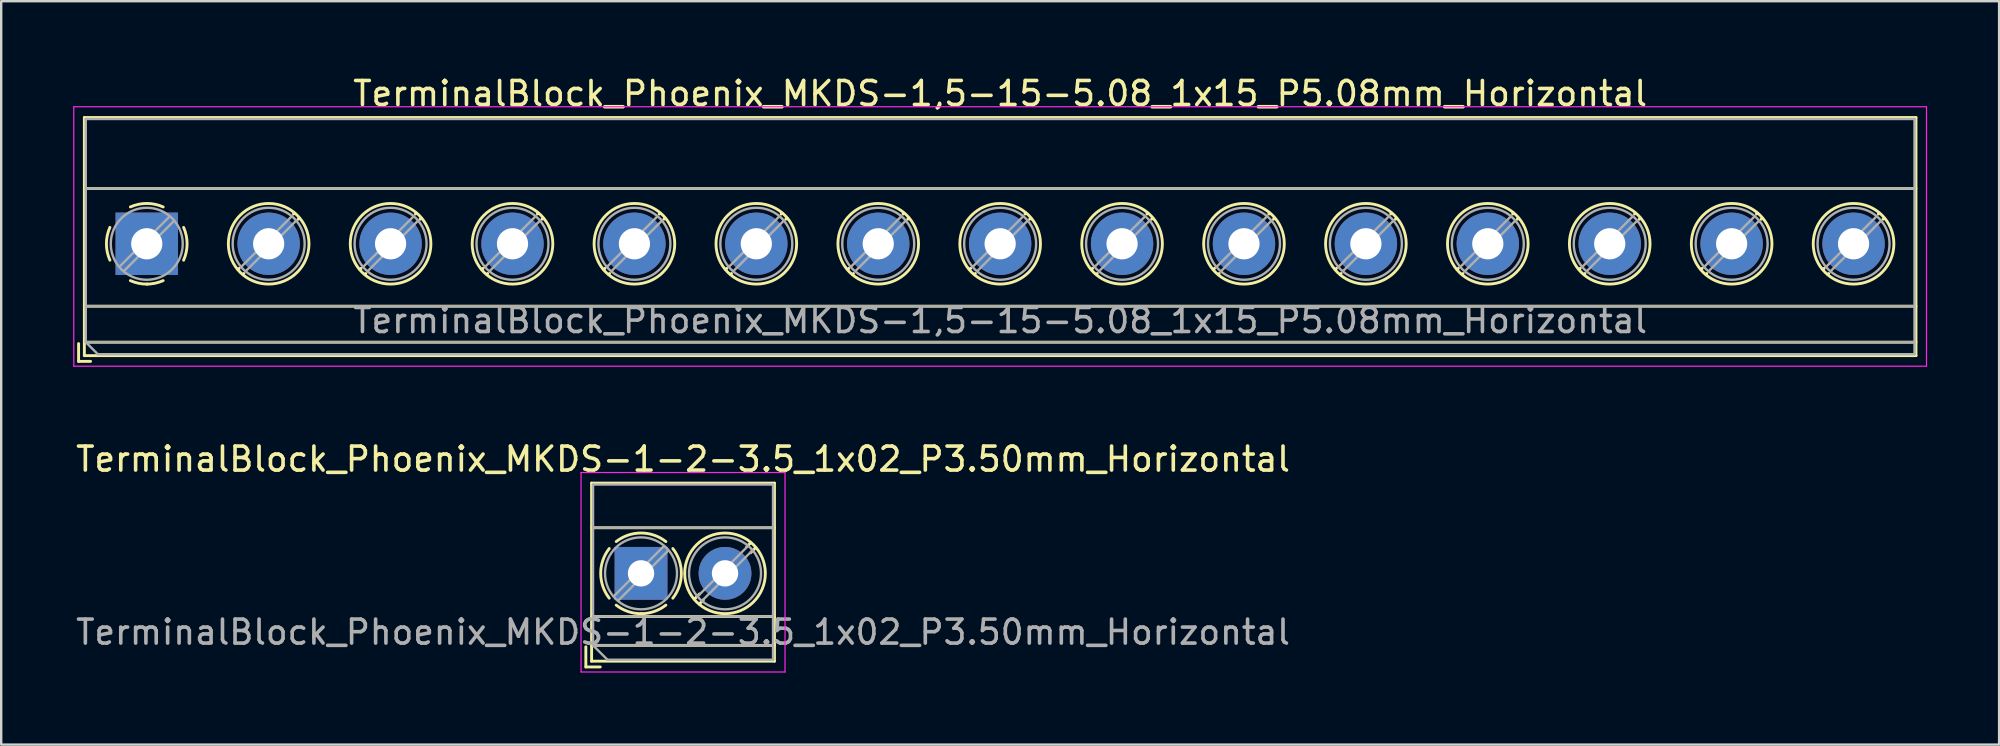
<source format=kicad_pcb>
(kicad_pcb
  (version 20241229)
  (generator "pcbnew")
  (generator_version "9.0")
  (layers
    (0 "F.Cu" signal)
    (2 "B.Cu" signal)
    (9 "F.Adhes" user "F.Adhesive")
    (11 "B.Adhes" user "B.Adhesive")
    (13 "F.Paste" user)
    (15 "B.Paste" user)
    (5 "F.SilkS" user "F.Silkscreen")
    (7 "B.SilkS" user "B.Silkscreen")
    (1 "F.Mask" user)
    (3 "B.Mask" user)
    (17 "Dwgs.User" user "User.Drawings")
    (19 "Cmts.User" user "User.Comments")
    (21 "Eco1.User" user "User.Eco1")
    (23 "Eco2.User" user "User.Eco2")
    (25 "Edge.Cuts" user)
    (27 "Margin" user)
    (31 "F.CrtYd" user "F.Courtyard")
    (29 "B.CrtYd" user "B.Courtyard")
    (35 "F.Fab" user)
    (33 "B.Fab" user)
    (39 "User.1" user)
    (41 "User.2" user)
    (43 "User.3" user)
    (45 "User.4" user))
  (footprint "TerminalBlock_Phoenix_MKDS-1,5-15-5.08_1x15_P5.08mm_Horizontal"
    (layer "F.Cu")
    (at 3.065 7.108)
    (property "Reference" "TerminalBlock_Phoenix_MKDS-1,5-15-5.08_1x15_P5.08mm_Horizontal" (at 35.56 -6.26 0) (layer "F.SilkS") (effects (font (size 1 1) (thickness 0.15))))
    (attr through_hole)
    (fp_line (start -2.84 4.16) (end -2.84 4.9) (stroke (width 0.12) (type solid)) (layer "F.SilkS"))
    (fp_line (start -2.84 4.9) (end -2.34 4.9) (stroke (width 0.12) (type solid)) (layer "F.SilkS"))
    (fp_line (start -2.6 -5.261) (end -2.6 4.66) (stroke (width 0.12) (type solid)) (layer "F.SilkS"))
    (fp_line (start -2.6 -5.261) (end 73.721 -5.261) (stroke (width 0.12) (type solid)) (layer "F.SilkS"))
    (fp_line (start -2.6 -2.301) (end 73.721 -2.301) (stroke (width 0.12) (type solid)) (layer "F.SilkS"))
    (fp_line (start -2.6 2.6) (end 73.721 2.6) (stroke (width 0.12) (type solid)) (layer "F.SilkS"))
    (fp_line (start -2.6 4.1) (end 73.721 4.1) (stroke (width 0.12) (type solid)) (layer "F.SilkS"))
    (fp_line (start -2.6 4.66) (end 73.721 4.66) (stroke (width 0.12) (type solid)) (layer "F.SilkS"))
    (fp_line (start 3.853 1.023) (end 3.806 1.069) (stroke (width 0.12) (type solid)) (layer "F.SilkS"))
    (fp_line (start 4.046 1.239) (end 4.011 1.274) (stroke (width 0.12) (type solid)) (layer "F.SilkS"))
    (fp_line (start 6.15 -1.275) (end 6.115 -1.239) (stroke (width 0.12) (type solid)) (layer "F.SilkS"))
    (fp_line (start 6.355 -1.069) (end 6.308 -1.023) (stroke (width 0.12) (type solid)) (layer "F.SilkS"))
    (fp_line (start 8.933 1.023) (end 8.886 1.069) (stroke (width 0.12) (type solid)) (layer "F.SilkS"))
    (fp_line (start 9.126 1.239) (end 9.091 1.274) (stroke (width 0.12) (type solid)) (layer "F.SilkS"))
    (fp_line (start 11.23 -1.275) (end 11.195 -1.239) (stroke (width 0.12) (type solid)) (layer "F.SilkS"))
    (fp_line (start 11.435 -1.069) (end 11.388 -1.023) (stroke (width 0.12) (type solid)) (layer "F.SilkS"))
    (fp_line (start 14.013 1.023) (end 13.966 1.069) (stroke (width 0.12) (type solid)) (layer "F.SilkS"))
    (fp_line (start 14.206 1.239) (end 14.171 1.274) (stroke (width 0.12) (type solid)) (layer "F.SilkS"))
    (fp_line (start 16.31 -1.275) (end 16.275 -1.239) (stroke (width 0.12) (type solid)) (layer "F.SilkS"))
    (fp_line (start 16.515 -1.069) (end 16.468 -1.023) (stroke (width 0.12) (type solid)) (layer "F.SilkS"))
    (fp_line (start 19.093 1.023) (end 19.046 1.069) (stroke (width 0.12) (type solid)) (layer "F.SilkS"))
    (fp_line (start 19.286 1.239) (end 19.251 1.274) (stroke (width 0.12) (type solid)) (layer "F.SilkS"))
    (fp_line (start 21.39 -1.275) (end 21.355 -1.239) (stroke (width 0.12) (type solid)) (layer "F.SilkS"))
    (fp_line (start 21.595 -1.069) (end 21.548 -1.023) (stroke (width 0.12) (type solid)) (layer "F.SilkS"))
    (fp_line (start 24.173 1.023) (end 24.126 1.069) (stroke (width 0.12) (type solid)) (layer "F.SilkS"))
    (fp_line (start 24.366 1.239) (end 24.331 1.274) (stroke (width 0.12) (type solid)) (layer "F.SilkS"))
    (fp_line (start 26.47 -1.275) (end 26.435 -1.239) (stroke (width 0.12) (type solid)) (layer "F.SilkS"))
    (fp_line (start 26.675 -1.069) (end 26.628 -1.023) (stroke (width 0.12) (type solid)) (layer "F.SilkS"))
    (fp_line (start 29.253 1.023) (end 29.206 1.069) (stroke (width 0.12) (type solid)) (layer "F.SilkS"))
    (fp_line (start 29.446 1.239) (end 29.411 1.274) (stroke (width 0.12) (type solid)) (layer "F.SilkS"))
    (fp_line (start 31.55 -1.275) (end 31.515 -1.239) (stroke (width 0.12) (type solid)) (layer "F.SilkS"))
    (fp_line (start 31.755 -1.069) (end 31.708 -1.023) (stroke (width 0.12) (type solid)) (layer "F.SilkS"))
    (fp_line (start 34.333 1.023) (end 34.286 1.069) (stroke (width 0.12) (type solid)) (layer "F.SilkS"))
    (fp_line (start 34.526 1.239) (end 34.491 1.274) (stroke (width 0.12) (type solid)) (layer "F.SilkS"))
    (fp_line (start 36.63 -1.275) (end 36.595 -1.239) (stroke (width 0.12) (type solid)) (layer "F.SilkS"))
    (fp_line (start 36.835 -1.069) (end 36.788 -1.023) (stroke (width 0.12) (type solid)) (layer "F.SilkS"))
    (fp_line (start 39.413 1.023) (end 39.366 1.069) (stroke (width 0.12) (type solid)) (layer "F.SilkS"))
    (fp_line (start 39.606 1.239) (end 39.571 1.274) (stroke (width 0.12) (type solid)) (layer "F.SilkS"))
    (fp_line (start 41.71 -1.275) (end 41.675 -1.239) (stroke (width 0.12) (type solid)) (layer "F.SilkS"))
    (fp_line (start 41.915 -1.069) (end 41.868 -1.023) (stroke (width 0.12) (type solid)) (layer "F.SilkS"))
    (fp_line (start 44.493 1.023) (end 44.446 1.069) (stroke (width 0.12) (type solid)) (layer "F.SilkS"))
    (fp_line (start 44.686 1.239) (end 44.651 1.274) (stroke (width 0.12) (type solid)) (layer "F.SilkS"))
    (fp_line (start 46.79 -1.275) (end 46.755 -1.239) (stroke (width 0.12) (type solid)) (layer "F.SilkS"))
    (fp_line (start 46.995 -1.069) (end 46.948 -1.023) (stroke (width 0.12) (type solid)) (layer "F.SilkS"))
    (fp_line (start 49.573 1.023) (end 49.526 1.069) (stroke (width 0.12) (type solid)) (layer "F.SilkS"))
    (fp_line (start 49.766 1.239) (end 49.731 1.274) (stroke (width 0.12) (type solid)) (layer "F.SilkS"))
    (fp_line (start 51.87 -1.275) (end 51.835 -1.239) (stroke (width 0.12) (type solid)) (layer "F.SilkS"))
    (fp_line (start 52.075 -1.069) (end 52.028 -1.023) (stroke (width 0.12) (type solid)) (layer "F.SilkS"))
    (fp_line (start 54.653 1.023) (end 54.606 1.069) (stroke (width 0.12) (type solid)) (layer "F.SilkS"))
    (fp_line (start 54.846 1.239) (end 54.811 1.274) (stroke (width 0.12) (type solid)) (layer "F.SilkS"))
    (fp_line (start 56.95 -1.275) (end 56.915 -1.239) (stroke (width 0.12) (type solid)) (layer "F.SilkS"))
    (fp_line (start 57.155 -1.069) (end 57.108 -1.023) (stroke (width 0.12) (type solid)) (layer "F.SilkS"))
    (fp_line (start 59.733 1.023) (end 59.686 1.069) (stroke (width 0.12) (type solid)) (layer "F.SilkS"))
    (fp_line (start 59.926 1.239) (end 59.891 1.274) (stroke (width 0.12) (type solid)) (layer "F.SilkS"))
    (fp_line (start 62.03 -1.275) (end 61.995 -1.239) (stroke (width 0.12) (type solid)) (layer "F.SilkS"))
    (fp_line (start 62.235 -1.069) (end 62.188 -1.023) (stroke (width 0.12) (type solid)) (layer "F.SilkS"))
    (fp_line (start 64.813 1.023) (end 64.766 1.069) (stroke (width 0.12) (type solid)) (layer "F.SilkS"))
    (fp_line (start 65.006 1.239) (end 64.971 1.274) (stroke (width 0.12) (type solid)) (layer "F.SilkS"))
    (fp_line (start 67.11 -1.275) (end 67.075 -1.239) (stroke (width 0.12) (type solid)) (layer "F.SilkS"))
    (fp_line (start 67.315 -1.069) (end 67.268 -1.023) (stroke (width 0.12) (type solid)) (layer "F.SilkS"))
    (fp_line (start 69.893 1.023) (end 69.846 1.069) (stroke (width 0.12) (type solid)) (layer "F.SilkS"))
    (fp_line (start 70.086 1.239) (end 70.051 1.274) (stroke (width 0.12) (type solid)) (layer "F.SilkS"))
    (fp_line (start 72.19 -1.275) (end 72.155 -1.239) (stroke (width 0.12) (type solid)) (layer "F.SilkS"))
    (fp_line (start 72.395 -1.069) (end 72.348 -1.023) (stroke (width 0.12) (type solid)) (layer "F.SilkS"))
    (fp_line (start 73.721 -5.261) (end 73.721 4.66) (stroke (width 0.12) (type solid)) (layer "F.SilkS"))
    (fp_arc (start -1.535427 0.683042) (mid -1.680501 -0.000524) (end -1.535 -0.684) (stroke (width 0.12) (type solid)) (layer "F.SilkS"))
    (fp_arc (start -0.683042 -1.535427) (mid 0.000524 -1.680501) (end 0.684 -1.535) (stroke (width 0.12) (type solid)) (layer "F.SilkS"))
    (fp_arc (start 0.028805 1.680253) (mid -0.335551 1.646659) (end -0.684 1.535) (stroke (width 0.12) (type solid)) (layer "F.SilkS"))
    (fp_arc (start 0.683318 1.534756) (mid 0.349292 1.643288) (end 0 1.68) (stroke (width 0.12) (type solid)) (layer "F.SilkS"))
    (fp_arc (start 1.535427 -0.683042) (mid 1.680501 0.000524) (end 1.535 0.684) (stroke (width 0.12) (type solid)) (layer "F.SilkS"))
    (fp_circle (center 5.08 0) (end 6.76 0) (stroke (width 0.12) (type solid)) (fill no) (layer "F.SilkS"))
    (fp_circle (center 10.16 0) (end 11.84 0) (stroke (width 0.12) (type solid)) (fill no) (layer "F.SilkS"))
    (fp_circle (center 15.24 0) (end 16.92 0) (stroke (width 0.12) (type solid)) (fill no) (layer "F.SilkS"))
    (fp_circle (center 20.32 0) (end 22 0) (stroke (width 0.12) (type solid)) (fill no) (layer "F.SilkS"))
    (fp_circle (center 25.4 0) (end 27.08 0) (stroke (width 0.12) (type solid)) (fill no) (layer "F.SilkS"))
    (fp_circle (center 30.48 0) (end 32.16 0) (stroke (width 0.12) (type solid)) (fill no) (layer "F.SilkS"))
    (fp_circle (center 35.56 0) (end 37.24 0) (stroke (width 0.12) (type solid)) (fill no) (layer "F.SilkS"))
    (fp_circle (center 40.64 0) (end 42.32 0) (stroke (width 0.12) (type solid)) (fill no) (layer "F.SilkS"))
    (fp_circle (center 45.72 0) (end 47.4 0) (stroke (width 0.12) (type solid)) (fill no) (layer "F.SilkS"))
    (fp_circle (center 50.8 0) (end 52.48 0) (stroke (width 0.12) (type solid)) (fill no) (layer "F.SilkS"))
    (fp_circle (center 55.88 0) (end 57.56 0) (stroke (width 0.12) (type solid)) (fill no) (layer "F.SilkS"))
    (fp_circle (center 60.96 0) (end 62.64 0) (stroke (width 0.12) (type solid)) (fill no) (layer "F.SilkS"))
    (fp_circle (center 66.04 0) (end 67.72 0) (stroke (width 0.12) (type solid)) (fill no) (layer "F.SilkS"))
    (fp_circle (center 71.12 0) (end 72.8 0) (stroke (width 0.12) (type solid)) (fill no) (layer "F.SilkS"))
    (fp_line (start -3.04 -5.71) (end -3.04 5.1) (stroke (width 0.05) (type solid)) (layer "F.CrtYd"))
    (fp_line (start -3.04 5.1) (end 74.16 5.1) (stroke (width 0.05) (type solid)) (layer "F.CrtYd"))
    (fp_line (start 74.16 -5.71) (end -3.04 -5.71) (stroke (width 0.05) (type solid)) (layer "F.CrtYd"))
    (fp_line (start 74.16 5.1) (end 74.16 -5.71) (stroke (width 0.05) (type solid)) (layer "F.CrtYd"))
    (fp_line (start -2.54 -5.2) (end 73.66 -5.2) (stroke (width 0.1) (type solid)) (layer "F.Fab"))
    (fp_line (start -2.54 -2.3) (end 73.66 -2.3) (stroke (width 0.1) (type solid)) (layer "F.Fab"))
    (fp_line (start -2.54 2.6) (end 73.66 2.6) (stroke (width 0.1) (type solid)) (layer "F.Fab"))
    (fp_line (start -2.54 4.1) (end -2.54 -5.2) (stroke (width 0.1) (type solid)) (layer "F.Fab"))
    (fp_line (start -2.54 4.1) (end 73.66 4.1) (stroke (width 0.1) (type solid)) (layer "F.Fab"))
    (fp_line (start -2.04 4.6) (end -2.54 4.1) (stroke (width 0.1) (type solid)) (layer "F.Fab"))
    (fp_line (start 0.955 -1.138) (end -1.138 0.955) (stroke (width 0.1) (type solid)) (layer "F.Fab"))
    (fp_line (start 1.138 -0.955) (end -0.955 1.138) (stroke (width 0.1) (type solid)) (layer "F.Fab"))
    (fp_line (start 6.035 -1.138) (end 3.943 0.955) (stroke (width 0.1) (type solid)) (layer "F.Fab"))
    (fp_line (start 6.218 -0.955) (end 4.126 1.138) (stroke (width 0.1) (type solid)) (layer "F.Fab"))
    (fp_line (start 11.115 -1.138) (end 9.023 0.955) (stroke (width 0.1) (type solid)) (layer "F.Fab"))
    (fp_line (start 11.298 -0.955) (end 9.206 1.138) (stroke (width 0.1) (type solid)) (layer "F.Fab"))
    (fp_line (start 16.195 -1.138) (end 14.103 0.955) (stroke (width 0.1) (type solid)) (layer "F.Fab"))
    (fp_line (start 16.378 -0.955) (end 14.286 1.138) (stroke (width 0.1) (type solid)) (layer "F.Fab"))
    (fp_line (start 21.275 -1.138) (end 19.183 0.955) (stroke (width 0.1) (type solid)) (layer "F.Fab"))
    (fp_line (start 21.458 -0.955) (end 19.366 1.138) (stroke (width 0.1) (type solid)) (layer "F.Fab"))
    (fp_line (start 26.355 -1.138) (end 24.263 0.955) (stroke (width 0.1) (type solid)) (layer "F.Fab"))
    (fp_line (start 26.538 -0.955) (end 24.446 1.138) (stroke (width 0.1) (type solid)) (layer "F.Fab"))
    (fp_line (start 31.435 -1.138) (end 29.343 0.955) (stroke (width 0.1) (type solid)) (layer "F.Fab"))
    (fp_line (start 31.618 -0.955) (end 29.526 1.138) (stroke (width 0.1) (type solid)) (layer "F.Fab"))
    (fp_line (start 36.515 -1.138) (end 34.423 0.955) (stroke (width 0.1) (type solid)) (layer "F.Fab"))
    (fp_line (start 36.698 -0.955) (end 34.606 1.138) (stroke (width 0.1) (type solid)) (layer "F.Fab"))
    (fp_line (start 41.595 -1.138) (end 39.503 0.955) (stroke (width 0.1) (type solid)) (layer "F.Fab"))
    (fp_line (start 41.778 -0.955) (end 39.686 1.138) (stroke (width 0.1) (type solid)) (layer "F.Fab"))
    (fp_line (start 46.675 -1.138) (end 44.583 0.955) (stroke (width 0.1) (type solid)) (layer "F.Fab"))
    (fp_line (start 46.858 -0.955) (end 44.766 1.138) (stroke (width 0.1) (type solid)) (layer "F.Fab"))
    (fp_line (start 51.755 -1.138) (end 49.663 0.955) (stroke (width 0.1) (type solid)) (layer "F.Fab"))
    (fp_line (start 51.938 -0.955) (end 49.846 1.138) (stroke (width 0.1) (type solid)) (layer "F.Fab"))
    (fp_line (start 56.835 -1.138) (end 54.743 0.955) (stroke (width 0.1) (type solid)) (layer "F.Fab"))
    (fp_line (start 57.018 -0.955) (end 54.926 1.138) (stroke (width 0.1) (type solid)) (layer "F.Fab"))
    (fp_line (start 61.915 -1.138) (end 59.823 0.955) (stroke (width 0.1) (type solid)) (layer "F.Fab"))
    (fp_line (start 62.098 -0.955) (end 60.006 1.138) (stroke (width 0.1) (type solid)) (layer "F.Fab"))
    (fp_line (start 66.995 -1.138) (end 64.903 0.955) (stroke (width 0.1) (type solid)) (layer "F.Fab"))
    (fp_line (start 67.178 -0.955) (end 65.086 1.138) (stroke (width 0.1) (type solid)) (layer "F.Fab"))
    (fp_line (start 72.075 -1.138) (end 69.983 0.955) (stroke (width 0.1) (type solid)) (layer "F.Fab"))
    (fp_line (start 72.258 -0.955) (end 70.166 1.138) (stroke (width 0.1) (type solid)) (layer "F.Fab"))
    (fp_line (start 73.66 -5.2) (end 73.66 4.6) (stroke (width 0.1) (type solid)) (layer "F.Fab"))
    (fp_line (start 73.66 4.6) (end -2.04 4.6) (stroke (width 0.1) (type solid)) (layer "F.Fab"))
    (fp_circle (center 0 0) (end 1.5 0) (stroke (width 0.1) (type solid)) (fill no) (layer "F.Fab"))
    (fp_circle (center 5.08 0) (end 6.58 0) (stroke (width 0.1) (type solid)) (fill no) (layer "F.Fab"))
    (fp_circle (center 10.16 0) (end 11.66 0) (stroke (width 0.1) (type solid)) (fill no) (layer "F.Fab"))
    (fp_circle (center 15.24 0) (end 16.74 0) (stroke (width 0.1) (type solid)) (fill no) (layer "F.Fab"))
    (fp_circle (center 20.32 0) (end 21.82 0) (stroke (width 0.1) (type solid)) (fill no) (layer "F.Fab"))
    (fp_circle (center 25.4 0) (end 26.9 0) (stroke (width 0.1) (type solid)) (fill no) (layer "F.Fab"))
    (fp_circle (center 30.48 0) (end 31.98 0) (stroke (width 0.1) (type solid)) (fill no) (layer "F.Fab"))
    (fp_circle (center 35.56 0) (end 37.06 0) (stroke (width 0.1) (type solid)) (fill no) (layer "F.Fab"))
    (fp_circle (center 40.64 0) (end 42.14 0) (stroke (width 0.1) (type solid)) (fill no) (layer "F.Fab"))
    (fp_circle (center 45.72 0) (end 47.22 0) (stroke (width 0.1) (type solid)) (fill no) (layer "F.Fab"))
    (fp_circle (center 50.8 0) (end 52.3 0) (stroke (width 0.1) (type solid)) (fill no) (layer "F.Fab"))
    (fp_circle (center 55.88 0) (end 57.38 0) (stroke (width 0.1) (type solid)) (fill no) (layer "F.Fab"))
    (fp_circle (center 60.96 0) (end 62.46 0) (stroke (width 0.1) (type solid)) (fill no) (layer "F.Fab"))
    (fp_circle (center 66.04 0) (end 67.54 0) (stroke (width 0.1) (type solid)) (fill no) (layer "F.Fab"))
    (fp_circle (center 71.12 0) (end 72.62 0) (stroke (width 0.1) (type solid)) (fill no) (layer "F.Fab"))
    (fp_text user "${REFERENCE}" (at 35.56 3.2 0) (layer "F.Fab") (effects (font (size 1 1) (thickness 0.15))))
    (pad "1" thru_hole rect (at 0 0) (size 2.6 2.6) (drill 1.3) (layers "*.Cu" "*.Mask"))
    (pad "2" thru_hole circle (at 5.08 0) (size 2.6 2.6) (drill 1.3) (layers "*.Cu" "*.Mask"))
    (pad "3" thru_hole circle (at 10.16 0) (size 2.6 2.6) (drill 1.3) (layers "*.Cu" "*.Mask"))
    (pad "4" thru_hole circle (at 15.24 0) (size 2.6 2.6) (drill 1.3) (layers "*.Cu" "*.Mask"))
    (pad "5" thru_hole circle (at 20.32 0) (size 2.6 2.6) (drill 1.3) (layers "*.Cu" "*.Mask"))
    (pad "6" thru_hole circle (at 25.4 0) (size 2.6 2.6) (drill 1.3) (layers "*.Cu" "*.Mask"))
    (pad "7" thru_hole circle (at 30.48 0) (size 2.6 2.6) (drill 1.3) (layers "*.Cu" "*.Mask"))
    (pad "8" thru_hole circle (at 35.56 0) (size 2.6 2.6) (drill 1.3) (layers "*.Cu" "*.Mask"))
    (pad "9" thru_hole circle (at 40.64 0) (size 2.6 2.6) (drill 1.3) (layers "*.Cu" "*.Mask"))
    (pad "10" thru_hole circle (at 45.72 0) (size 2.6 2.6) (drill 1.3) (layers "*.Cu" "*.Mask"))
    (pad "11" thru_hole circle (at 50.8 0) (size 2.6 2.6) (drill 1.3) (layers "*.Cu" "*.Mask"))
    (pad "12" thru_hole circle (at 55.88 0) (size 2.6 2.6) (drill 1.3) (layers "*.Cu" "*.Mask"))
    (pad "13" thru_hole circle (at 60.96 0) (size 2.6 2.6) (drill 1.3) (layers "*.Cu" "*.Mask"))
    (pad "14" thru_hole circle (at 66.04 0) (size 2.6 2.6) (drill 1.3) (layers "*.Cu" "*.Mask"))
    (pad "15" thru_hole circle (at 71.12 0) (size 2.6 2.6) (drill 1.3) (layers "*.Cu" "*.Mask")))
  (footprint "TerminalBlock_Phoenix_MKDS-1-2-3.5_1x02_P3.50mm_Horizontal"
    (layer "F.Cu")
    (at 23.661 20.841)
    (property "Reference" "TerminalBlock_Phoenix_MKDS-1-2-3.5_1x02_P3.50mm_Horizontal" (at 1.75 -4.76 0) (layer "F.SilkS") (effects (font (size 1 1) (thickness 0.15))))
    (attr through_hole)
    (fp_line (start -2.3 3.06) (end -2.3 3.9) (stroke (width 0.12) (type solid)) (layer "F.SilkS"))
    (fp_line (start -2.3 3.9) (end -1.7 3.9) (stroke (width 0.12) (type solid)) (layer "F.SilkS"))
    (fp_line (start -2.06 -3.76) (end -2.06 3.66) (stroke (width 0.12) (type solid)) (layer "F.SilkS"))
    (fp_line (start -2.06 -3.76) (end 5.56 -3.76) (stroke (width 0.12) (type solid)) (layer "F.SilkS"))
    (fp_line (start -2.06 -1.9) (end 5.56 -1.9) (stroke (width 0.12) (type solid)) (layer "F.SilkS"))
    (fp_line (start -2.06 1.8) (end 5.56 1.8) (stroke (width 0.12) (type solid)) (layer "F.SilkS"))
    (fp_line (start -2.06 3) (end 5.56 3) (stroke (width 0.12) (type solid)) (layer "F.SilkS"))
    (fp_line (start -2.06 3.66) (end 5.56 3.66) (stroke (width 0.12) (type solid)) (layer "F.SilkS"))
    (fp_line (start 2.437 0.859) (end 2.226 1.069) (stroke (width 0.12) (type solid)) (layer "F.SilkS"))
    (fp_line (start 2.595 1.11) (end 2.431 1.274) (stroke (width 0.12) (type solid)) (layer "F.SilkS"))
    (fp_line (start 4.57 -1.275) (end 4.406 -1.111) (stroke (width 0.12) (type solid)) (layer "F.SilkS"))
    (fp_line (start 4.775 -1.069) (end 4.564 -0.859) (stroke (width 0.12) (type solid)) (layer "F.SilkS"))
    (fp_line (start 5.56 -3.76) (end 5.56 3.66) (stroke (width 0.12) (type solid)) (layer "F.SilkS"))
    (fp_arc (start -1.324561 1.034282) (mid -1.680536 -0.000456) (end -1.324 -1.035) (stroke (width 0.12) (type solid)) (layer "F.SilkS"))
    (fp_arc (start -1.034282 -1.324561) (mid 0.000456 -1.680536) (end 1.035 -1.324) (stroke (width 0.12) (type solid)) (layer "F.SilkS"))
    (fp_arc (start 0.028874 1.680288) (mid -0.533674 1.593548) (end -1.035 1.324) (stroke (width 0.12) (type solid)) (layer "F.SilkS"))
    (fp_arc (start 1.034311 1.323858) (mid 0.546954 1.588471) (end 0 1.68) (stroke (width 0.12) (type solid)) (layer "F.SilkS"))
    (fp_arc (start 1.324561 -1.034282) (mid 1.680536 0.000456) (end 1.324 1.035) (stroke (width 0.12) (type solid)) (layer "F.SilkS"))
    (fp_circle (center 3.5 0) (end 5.18 0) (stroke (width 0.12) (type solid)) (fill no) (layer "F.SilkS"))
    (fp_line (start -2.5 -4.2) (end -2.5 4.11) (stroke (width 0.05) (type solid)) (layer "F.CrtYd"))
    (fp_line (start -2.5 4.11) (end 6 4.11) (stroke (width 0.05) (type solid)) (layer "F.CrtYd"))
    (fp_line (start 6 -4.2) (end -2.5 -4.2) (stroke (width 0.05) (type solid)) (layer "F.CrtYd"))
    (fp_line (start 6 4.11) (end 6 -4.2) (stroke (width 0.05) (type solid)) (layer "F.CrtYd"))
    (fp_line (start -2 -3.7) (end 5.5 -3.7) (stroke (width 0.1) (type solid)) (layer "F.Fab"))
    (fp_line (start -2 -1.9) (end 5.5 -1.9) (stroke (width 0.1) (type solid)) (layer "F.Fab"))
    (fp_line (start -2 1.8) (end 5.5 1.8) (stroke (width 0.1) (type solid)) (layer "F.Fab"))
    (fp_line (start -2 3) (end -2 -3.7) (stroke (width 0.1) (type solid)) (layer "F.Fab"))
    (fp_line (start -2 3) (end 5.5 3) (stroke (width 0.1) (type solid)) (layer "F.Fab"))
    (fp_line (start -1.4 3.6) (end -2 3) (stroke (width 0.1) (type solid)) (layer "F.Fab"))
    (fp_line (start 0.955 -1.138) (end -1.138 0.955) (stroke (width 0.1) (type solid)) (layer "F.Fab"))
    (fp_line (start 1.138 -0.955) (end -0.955 1.138) (stroke (width 0.1) (type solid)) (layer "F.Fab"))
    (fp_line (start 4.455 -1.138) (end 2.363 0.955) (stroke (width 0.1) (type solid)) (layer "F.Fab"))
    (fp_line (start 4.638 -0.955) (end 2.546 1.138) (stroke (width 0.1) (type solid)) (layer "F.Fab"))
    (fp_line (start 5.5 -3.7) (end 5.5 3.6) (stroke (width 0.1) (type solid)) (layer "F.Fab"))
    (fp_line (start 5.5 3.6) (end -1.4 3.6) (stroke (width 0.1) (type solid)) (layer "F.Fab"))
    (fp_circle (center 0 0) (end 1.5 0) (stroke (width 0.1) (type solid)) (fill no) (layer "F.Fab"))
    (fp_circle (center 3.5 0) (end 5 0) (stroke (width 0.1) (type solid)) (fill no) (layer "F.Fab"))
    (fp_text user "${REFERENCE}" (at 1.75 2.45 0) (layer "F.Fab") (effects (font (size 1 1) (thickness 0.15))))
    (pad "1" thru_hole rect (at 0 0) (size 2.2 2.2) (drill 1.1) (layers "*.Cu" "*.Mask"))
    (pad "2" thru_hole circle (at 3.5 0) (size 2.2 2.2) (drill 1.1) (layers "*.Cu" "*.Mask")))
  (gr_rect
    (start -3 -3)
    (end 80.25 27.977)
    (stroke (width 0.1) (type default))
    (fill no)
    (layer "Edge.Cuts")))
</source>
